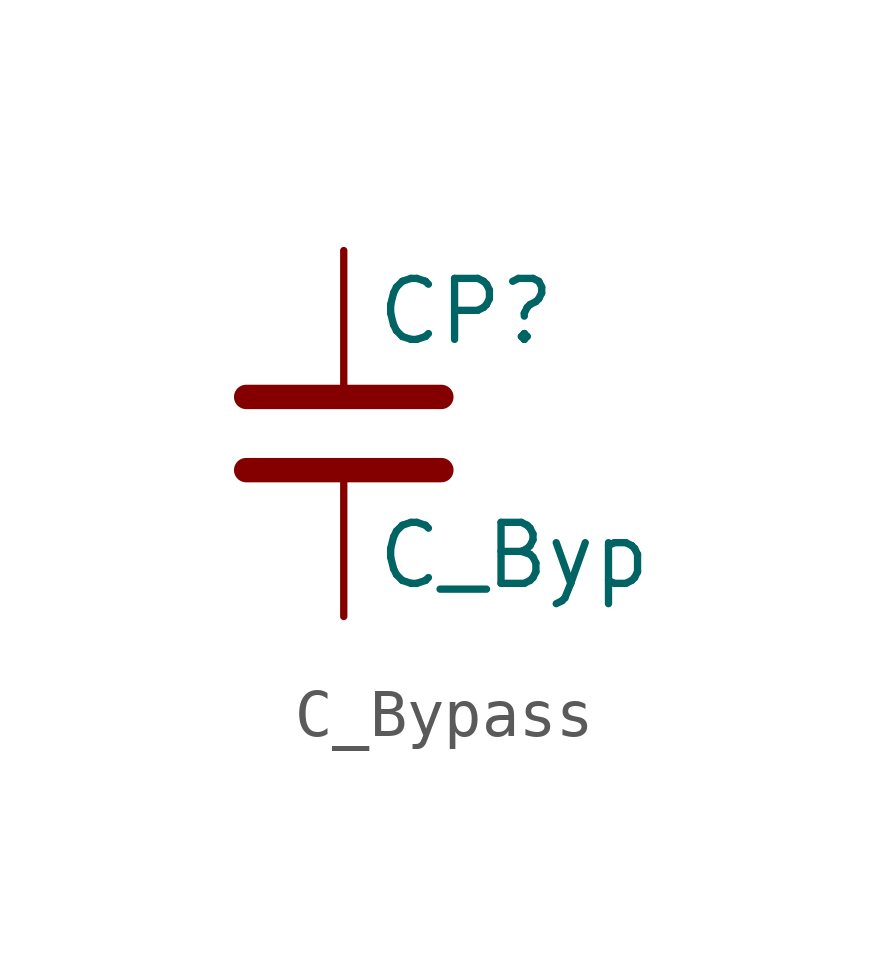
<source format=kicad_sym>
(kicad_symbol_lib
  (version 20220914)
  (generator kicad_symbol_editor)
  (symbol "C_Bypass"
    (pin_numbers hide)
    (pin_names
      (offset 0.254))
    (property "Reference" "CP"
      (at 0.635 2.54 0)
      (effects (font (size 1.27 1.27)) (justify left)))
    (property "Value" "C_Byp"
      (at 0.635 -2.54 0)
      (effects (font (size 1.27 1.27)) (justify left)))
    (symbol "C_Bypass_0_1"
      (polyline (pts (xy -2.032 -0.762) (xy 2.032 -0.762)) (stroke (width 0.508) (type default)) (fill (type none)))
      (polyline (pts (xy -2.032 0.762) (xy 2.032 0.762)) (stroke (width 0.508) (type default)) (fill (type none))))
    (symbol "C_Bypass_1_1"
      (pin passive line (at 0 3.81 270) (length 2.794) (name "~" (effects (font (size 1.27 1.27)))) (number "1" (effects (font (size 1.27 1.27)))))
      (pin passive line (at 0 -3.81 90) (length 2.794) (name "~" (effects (font (size 1.27 1.27)))) (number "2" (effects (font (size 1.27 1.27))))))))
</source>
